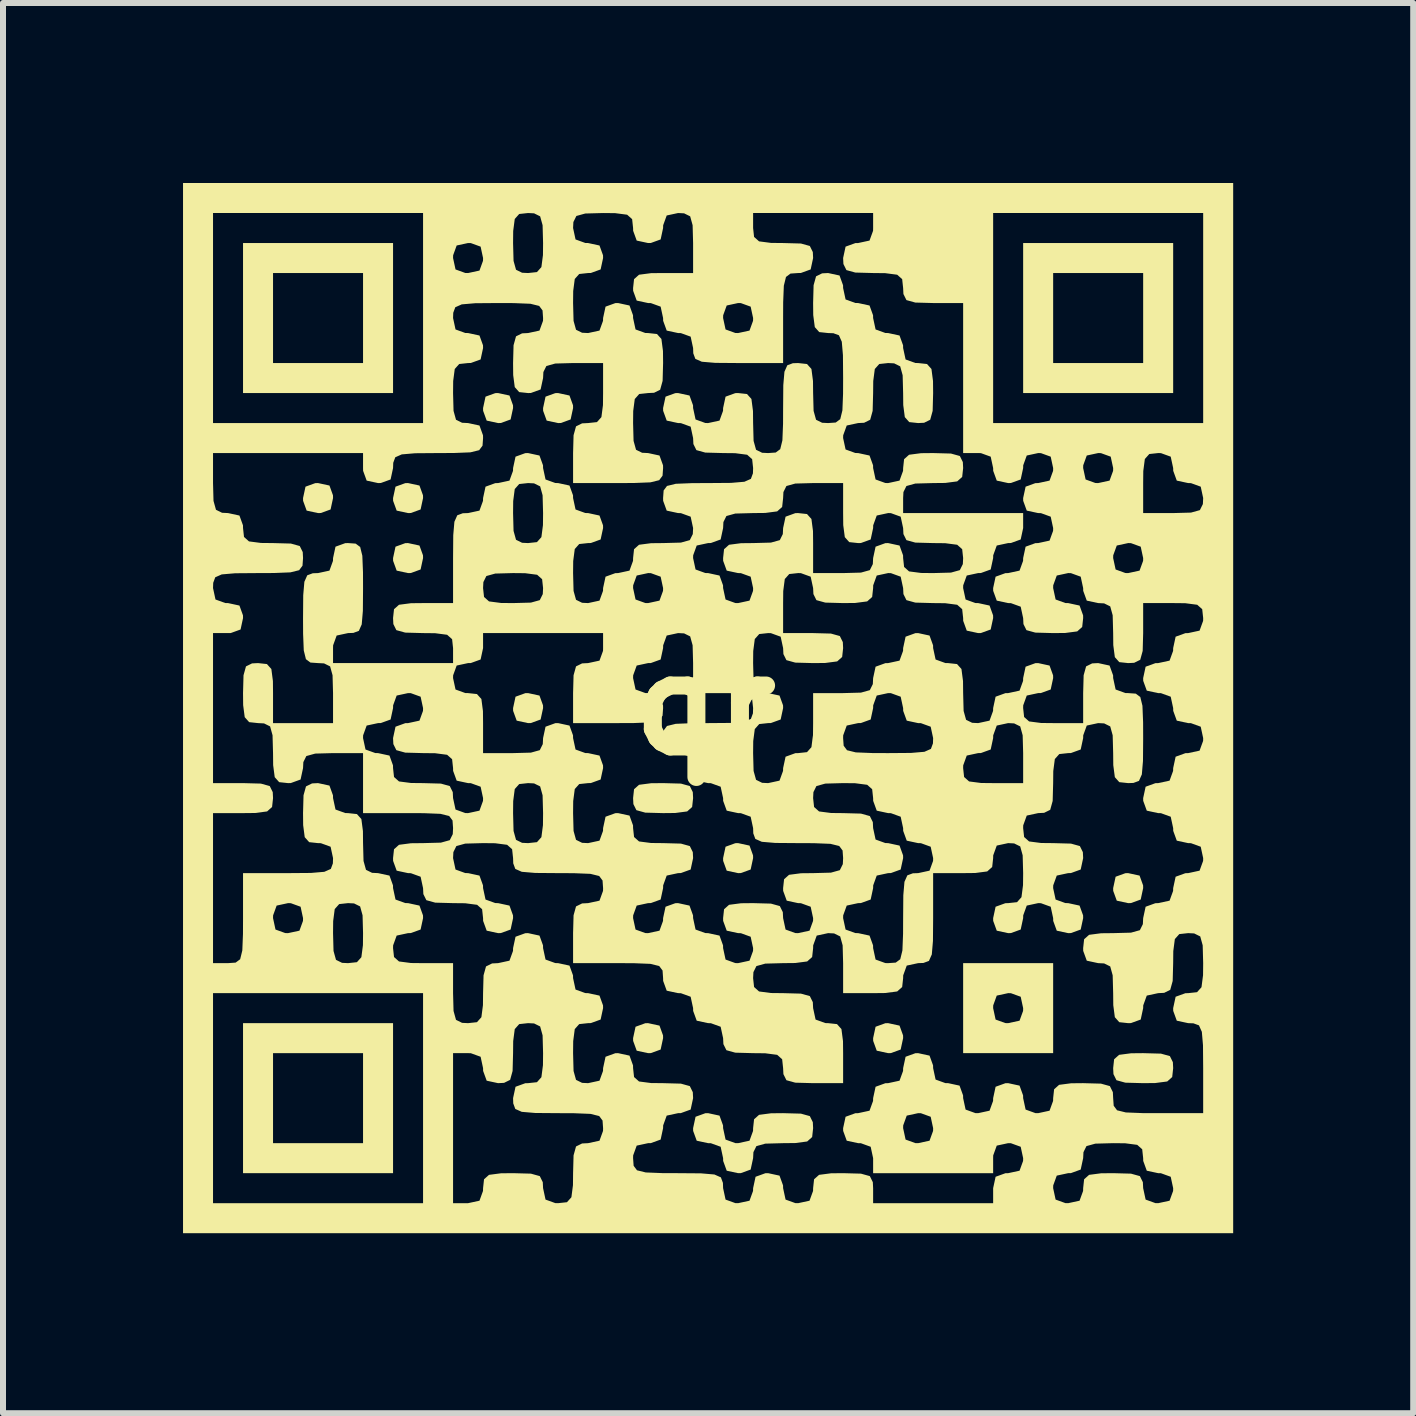
<source format=kicad_pcb>
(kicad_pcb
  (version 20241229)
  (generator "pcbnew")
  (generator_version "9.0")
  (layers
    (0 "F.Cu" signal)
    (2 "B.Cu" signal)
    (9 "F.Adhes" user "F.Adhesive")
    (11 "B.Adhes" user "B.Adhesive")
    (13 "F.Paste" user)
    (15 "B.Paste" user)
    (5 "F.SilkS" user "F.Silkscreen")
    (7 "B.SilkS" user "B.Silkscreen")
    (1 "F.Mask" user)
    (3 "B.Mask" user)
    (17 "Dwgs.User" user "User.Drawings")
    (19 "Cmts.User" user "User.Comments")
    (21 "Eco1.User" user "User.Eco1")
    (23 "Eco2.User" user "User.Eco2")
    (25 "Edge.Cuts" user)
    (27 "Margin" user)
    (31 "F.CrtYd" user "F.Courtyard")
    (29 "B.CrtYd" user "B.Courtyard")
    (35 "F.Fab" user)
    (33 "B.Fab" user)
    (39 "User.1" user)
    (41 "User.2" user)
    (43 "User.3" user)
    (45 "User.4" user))
  (footprint "qr"
    (layer "F.Cu")
    (at 8.7 8.7)
    (property "Reference" "qr" (at 0 0 0) (layer "F.SilkS") (effects (font (size 1.524 1.524) (thickness 0.3))))
    (attr board_only exclude_from_pos_files exclude_from_bom)
    (fp_poly (pts (xy -5.2 -5.2) (xy -7.7 -5.2) (xy -7.7 -5.7) (xy -7.2 -5.7) (xy -5.7 -5.7) (xy -5.7 -7.2) (xy -7.2 -7.2) (xy -7.2 -5.7) (xy -7.7 -5.7) (xy -7.7 -7.7) (xy -5.2 -7.7)) (stroke (width 0) (type solid)) (fill yes) (layer "F.SilkS"))
    (fp_poly (pts (xy -5.2 7.8) (xy -7.7 7.8) (xy -7.7 7.3) (xy -7.2 7.3) (xy -5.7 7.3) (xy -5.7 5.8) (xy -7.2 5.8) (xy -7.2 7.3) (xy -7.7 7.3) (xy -7.7 5.3) (xy -5.2 5.3)) (stroke (width 0) (type solid)) (fill yes) (layer "F.SilkS"))
    (fp_poly (pts (xy 7.8 -5.2) (xy 5.3 -5.2) (xy 5.3 -5.7) (xy 5.8 -5.7) (xy 7.3 -5.7) (xy 7.3 -7.2) (xy 5.8 -7.2) (xy 5.8 -5.7) (xy 5.3 -5.7) (xy 5.3 -7.7) (xy 7.8 -7.7)) (stroke (width 0) (type solid)) (fill yes) (layer "F.SilkS"))
    (fp_poly (pts (xy -6.26 -3.659) (xy -6.201 -3.496) (xy -6.2 -3.45) (xy -6.241 -3.26) (xy -6.404 -3.201) (xy -6.45 -3.2) (xy -6.64 -3.241) (xy -6.699 -3.404) (xy -6.7 -3.45) (xy -6.659 -3.64) (xy -6.496 -3.699) (xy -6.45 -3.7)) (stroke (width 0) (type solid)) (fill yes) (layer "F.SilkS"))
    (fp_poly (pts (xy -4.76 -3.659) (xy -4.701 -3.496) (xy -4.7 -3.45) (xy -4.741 -3.26) (xy -4.904 -3.201) (xy -4.95 -3.2) (xy -5.14 -3.241) (xy -5.199 -3.404) (xy -5.2 -3.45) (xy -5.159 -3.64) (xy -4.996 -3.699) (xy -4.95 -3.7)) (stroke (width 0) (type solid)) (fill yes) (layer "F.SilkS"))
    (fp_poly (pts (xy -4.76 -2.659) (xy -4.701 -2.496) (xy -4.7 -2.45) (xy -4.741 -2.26) (xy -4.904 -2.201) (xy -4.95 -2.2) (xy -5.14 -2.241) (xy -5.199 -2.404) (xy -5.2 -2.45) (xy -5.159 -2.64) (xy -4.996 -2.699) (xy -4.95 -2.7)) (stroke (width 0) (type solid)) (fill yes) (layer "F.SilkS"))
    (fp_poly (pts (xy -3.26 -5.159) (xy -3.201 -4.996) (xy -3.2 -4.95) (xy -3.241 -4.76) (xy -3.404 -4.701) (xy -3.45 -4.7) (xy -3.64 -4.741) (xy -3.699 -4.904) (xy -3.7 -4.95) (xy -3.659 -5.14) (xy -3.496 -5.199) (xy -3.45 -5.2)) (stroke (width 0) (type solid)) (fill yes) (layer "F.SilkS"))
    (fp_poly (pts (xy -2.76 -0.159) (xy -2.701 0.004) (xy -2.7 0.05) (xy -2.741 0.24) (xy -2.904 0.299) (xy -2.95 0.3) (xy -3.14 0.259) (xy -3.199 0.096) (xy -3.2 0.05) (xy -3.159 -0.14) (xy -2.996 -0.199) (xy -2.95 -0.2)) (stroke (width 0) (type solid)) (fill yes) (layer "F.SilkS"))
    (fp_poly (pts (xy -2.26 -5.159) (xy -2.201 -4.996) (xy -2.2 -4.95) (xy -2.241 -4.76) (xy -2.404 -4.701) (xy -2.45 -4.7) (xy -2.64 -4.741) (xy -2.699 -4.904) (xy -2.7 -4.95) (xy -2.659 -5.14) (xy -2.496 -5.199) (xy -2.45 -5.2)) (stroke (width 0) (type solid)) (fill yes) (layer "F.SilkS"))
    (fp_poly (pts (xy -0.76 5.341) (xy -0.701 5.504) (xy -0.7 5.55) (xy -0.741 5.74) (xy -0.904 5.799) (xy -0.95 5.8) (xy -1.14 5.759) (xy -1.199 5.596) (xy -1.2 5.55) (xy -1.159 5.36) (xy -0.996 5.301) (xy -0.95 5.3)) (stroke (width 0) (type solid)) (fill yes) (layer "F.SilkS"))
    (fp_poly (pts (xy 0.74 2.341) (xy 0.799 2.504) (xy 0.8 2.55) (xy 0.759 2.74) (xy 0.596 2.799) (xy 0.55 2.8) (xy 0.36 2.759) (xy 0.301 2.596) (xy 0.3 2.55) (xy 0.341 2.36) (xy 0.504 2.301) (xy 0.55 2.3)) (stroke (width 0) (type solid)) (fill yes) (layer "F.SilkS"))
    (fp_poly (pts (xy 3.24 5.341) (xy 3.299 5.504) (xy 3.3 5.55) (xy 3.259 5.74) (xy 3.096 5.799) (xy 3.05 5.8) (xy 2.86 5.759) (xy 2.801 5.596) (xy 2.8 5.55) (xy 2.841 5.36) (xy 3.004 5.301) (xy 3.05 5.3)) (stroke (width 0) (type solid)) (fill yes) (layer "F.SilkS"))
    (fp_poly (pts (xy 7.24 2.841) (xy 7.299 3.004) (xy 7.3 3.05) (xy 7.259 3.24) (xy 7.096 3.299) (xy 7.05 3.3) (xy 6.86 3.259) (xy 6.801 3.096) (xy 6.8 3.05) (xy 6.841 2.86) (xy 7.004 2.801) (xy 7.05 2.8)) (stroke (width 0) (type solid)) (fill yes) (layer "F.SilkS"))
    (fp_poly (pts (xy -0.403 1.308) (xy -0.255 1.349) (xy -0.205 1.45) (xy -0.2 1.55) (xy -0.216 1.698) (xy -0.299 1.772) (xy -0.499 1.798) (xy -0.7 1.8) (xy -0.997 1.792) (xy -1.145 1.751) (xy -1.195 1.65) (xy -1.2 1.55) (xy -1.184 1.402) (xy -1.101 1.328) (xy -0.901 1.302) (xy -0.7 1.3)) (stroke (width 0) (type solid)) (fill yes) (layer "F.SilkS"))
    (fp_poly (pts (xy 7.597 5.808) (xy 7.745 5.849) (xy 7.795 5.95) (xy 7.8 6.05) (xy 7.784 6.198) (xy 7.701 6.272) (xy 7.501 6.298) (xy 7.3 6.3) (xy 7.003 6.292) (xy 6.855 6.251) (xy 6.805 6.15) (xy 6.8 6.05) (xy 6.816 5.902) (xy 6.899 5.828) (xy 7.099 5.802) (xy 7.3 5.8)) (stroke (width 0) (type solid)) (fill yes) (layer "F.SilkS"))
    (fp_poly (pts (xy 5.8 5.8) (xy 4.3 5.8) (xy 4.3 5.05) (xy 4.8 5.05) (xy 4.841 5.24) (xy 5.004 5.299) (xy 5.05 5.3) (xy 5.24 5.259) (xy 5.299 5.096) (xy 5.3 5.05) (xy 5.259 4.86) (xy 5.096 4.801) (xy 5.05 4.8) (xy 4.86 4.841) (xy 4.801 5.004) (xy 4.8 5.05) (xy 4.3 5.05) (xy 4.3 4.3) (xy 5.8 4.3)) (stroke (width 0) (type solid)) (fill yes) (layer "F.SilkS"))
    (fp_poly (pts (xy 1.597 6.808) (xy 1.745 6.849) (xy 1.795 6.95) (xy 1.8 7.05) (xy 1.784 7.198) (xy 1.701 7.272) (xy 1.501 7.298) (xy 1.3 7.3) (xy 1.003 7.308) (xy 0.855 7.349) (xy 0.805 7.45) (xy 0.8 7.55) (xy 0.759 7.74) (xy 0.596 7.799) (xy 0.55 7.8) (xy 0.36 7.759) (xy 0.301 7.596) (xy 0.3 7.55) (xy 0.259 7.36) (xy 0.096 7.301) (xy 0.05 7.3) (xy -0.14 7.259) (xy -0.199 7.096) (xy -0.2 7.05) (xy -0.159 6.86) (xy 0.004 6.801) (xy 0.05 6.8) (xy 0.24 6.841) (xy 0.299 7.004) (xy 0.3 7.05) (xy 0.341 7.24) (xy 0.504 7.299) (xy 0.55 7.3) (xy 0.74 7.259) (xy 0.799 7.096) (xy 0.8 7.05) (xy 0.816 6.902) (xy 0.899 6.828) (xy 1.099 6.802) (xy 1.3 6.8)) (stroke (width 0) (type solid)) (fill yes) (layer "F.SilkS"))
    (fp_poly (pts (xy 8.8 8.8) (xy -8.7 8.8) (xy -8.7 8.3) (xy -8.2 8.3) (xy -4.7 8.3) (xy -4.2 8.3) (xy -3.95 8.3) (xy -3.76 8.259) (xy -3.701 8.096) (xy -3.7 8.05) (xy -3.684 7.902) (xy -3.601 7.828) (xy -3.401 7.802) (xy -3.2 7.8) (xy -2.903 7.808) (xy -2.755 7.849) (xy -2.705 7.95) (xy -2.7 8.05) (xy -2.659 8.24) (xy -2.496 8.299) (xy -2.45 8.3) (xy -2.302 8.284) (xy -2.228 8.201) (xy -2.202 8.001) (xy -2.2 7.8) (xy -2.192 7.503) (xy -2.151 7.355) (xy -2.05 7.305) (xy -1.95 7.3) (xy -1.76 7.259) (xy -1.701 7.096) (xy -1.7 7.05) (xy -1.709 6.923) (xy -1.765 6.848) (xy -1.911 6.812) (xy -2.187 6.801) (xy -2.45 6.8) (xy -2.831 6.797) (xy -3.055 6.778) (xy -3.163 6.73) (xy -3.197 6.638) (xy -3.2 6.55) (xy -3.159 6.36) (xy -2.996 6.301) (xy -2.95 6.3) (xy -2.802 6.284) (xy -2.728 6.201) (xy -2.702 6.001) (xy -2.7 5.8) (xy -2.708 5.503) (xy -2.749 5.355) (xy -2.85 5.305) (xy -2.95 5.3) (xy -3.098 5.316) (xy -3.172 5.399) (xy -3.198 5.599) (xy -3.2 5.8) (xy -3.208 6.097) (xy -3.249 6.245) (xy -3.35 6.295) (xy -3.45 6.3) (xy -3.64 6.259) (xy -3.699 6.096) (xy -3.7 6.05) (xy -3.741 5.86) (xy -3.904 5.801) (xy -3.95 5.8) (xy -4.2 5.8) (xy -4.2 8.3) (xy -4.7 8.3) (xy -4.7 4.8) (xy -8.2 4.8) (xy -8.2 8.3) (xy -8.7 8.3) (xy -8.7 4.3) (xy -8.2 4.3) (xy -7.95 4.3) (xy -7.823 4.291) (xy -7.748 4.235) (xy -7.712 4.089) (xy -7.701 3.813) (xy -7.7 3.55) (xy -7.2 3.55) (xy -7.159 3.74) (xy -6.996 3.799) (xy -6.95 3.8) (xy -6.2 3.8) (xy -6.192 4.097) (xy -6.151 4.245) (xy -6.05 4.295) (xy -5.95 4.3) (xy -5.802 4.284) (xy -5.728 4.201) (xy -5.702 4.001) (xy -5.7 3.8) (xy -5.708 3.503) (xy -5.749 3.355) (xy -5.85 3.305) (xy -5.95 3.3) (xy -6.098 3.316) (xy -6.172 3.399) (xy -6.198 3.599) (xy -6.2 3.8) (xy -6.95 3.8) (xy -6.76 3.759) (xy -6.701 3.596) (xy -6.7 3.55) (xy -6.741 3.36) (xy -6.904 3.301) (xy -6.95 3.3) (xy -7.14 3.341) (xy -7.199 3.504) (xy -7.2 3.55) (xy -7.7 3.55) (xy -7.7 2.8) (xy -6.95 2.8) (xy -6.569 2.797) (xy -6.345 2.778) (xy -6.237 2.73) (xy -6.203 2.638) (xy -6.2 2.55) (xy -6.241 2.36) (xy -6.404 2.301) (xy -6.45 2.3) (xy -6.598 2.284) (xy -6.672 2.201) (xy -6.698 2.001) (xy -6.7 1.8) (xy -6.692 1.503) (xy -6.651 1.355) (xy -6.55 1.305) (xy -6.45 1.3) (xy -6.26 1.341) (xy -6.201 1.504) (xy -6.2 1.55) (xy -6.159 1.74) (xy -5.996 1.799) (xy -5.95 1.8) (xy -5.802 1.816) (xy -5.728 1.899) (xy -5.702 2.099) (xy -5.7 2.3) (xy -5.692 2.597) (xy -5.651 2.745) (xy -5.55 2.795) (xy -5.45 2.8) (xy -5.26 2.841) (xy -5.201 3.004) (xy -5.2 3.05) (xy -5.159 3.24) (xy -4.996 3.299) (xy -4.95 3.3) (xy -4.76 3.341) (xy -4.701 3.504) (xy -4.7 3.55) (xy -4.741 3.74) (xy -4.904 3.799) (xy -4.95 3.8) (xy -5.14 3.841) (xy -5.199 4.004) (xy -5.2 4.05) (xy -5.184 4.198) (xy -5.101 4.272) (xy -4.901 4.298) (xy -4.7 4.3) (xy -4.2 4.3) (xy -4.2 4.8) (xy -4.192 5.097) (xy -4.151 5.245) (xy -4.05 5.295) (xy -3.95 5.3) (xy -3.802 5.284) (xy -3.728 5.201) (xy -3.702 5.001) (xy -3.7 4.8) (xy -3.692 4.503) (xy -3.651 4.355) (xy -3.55 4.305) (xy -3.45 4.3) (xy -3.26 4.259) (xy -3.201 4.096) (xy -3.2 4.05) (xy -3.159 3.86) (xy -2.996 3.801) (xy -2.95 3.8) (xy -2.76 3.841) (xy -2.701 4.004) (xy -2.7 4.05) (xy -2.659 4.24) (xy -2.496 4.299) (xy -2.45 4.3) (xy -2.26 4.341) (xy -2.201 4.504) (xy -2.2 4.55) (xy -2.159 4.74) (xy -1.996 4.799) (xy -1.95 4.8) (xy -1.76 4.841) (xy -1.701 5.004) (xy -1.7 5.05) (xy -1.741 5.24) (xy -1.904 5.299) (xy -1.95 5.3) (xy -2.098 5.316) (xy -2.172 5.399) (xy -2.198 5.599) (xy -2.2 5.8) (xy -2.192 6.097) (xy -2.151 6.245) (xy -2.05 6.295) (xy -1.95 6.3) (xy -1.76 6.259) (xy -1.701 6.096) (xy -1.7 6.05) (xy -1.659 5.86) (xy -1.496 5.801) (xy -1.45 5.8) (xy -1.26 5.841) (xy -1.201 6.004) (xy -1.2 6.05) (xy -1.184 6.198) (xy -1.101 6.272) (xy -0.901 6.298) (xy -0.7 6.3) (xy -0.403 6.308) (xy -0.255 6.349) (xy -0.205 6.45) (xy -0.2 6.55) (xy -0.241 6.74) (xy -0.404 6.799) (xy -0.45 6.8) (xy -0.64 6.841) (xy -0.699 7.004) (xy -0.7 7.05) (xy -0.741 7.24) (xy -0.904 7.299) (xy -0.95 7.3) (xy -1.14 7.341) (xy -1.199 7.504) (xy -1.2 7.55) (xy -1.191 7.677) (xy -1.135 7.752) (xy -0.989 7.788) (xy -0.713 7.799) (xy -0.45 7.8) (xy -0.069 7.803) (xy 0.155 7.822) (xy 0.263 7.87) (xy 0.297 7.962) (xy 0.3 8.05) (xy 0.341 8.24) (xy 0.504 8.299) (xy 0.55 8.3) (xy 0.74 8.259) (xy 0.799 8.096) (xy 0.8 8.05) (xy 0.841 7.86) (xy 1.004 7.801) (xy 1.05 7.8) (xy 1.24 7.841) (xy 1.299 8.004) (xy 1.3 8.05) (xy 1.341 8.24) (xy 1.504 8.299) (xy 1.55 8.3) (xy 1.74 8.259) (xy 1.799 8.096) (xy 1.8 8.05) (xy 1.816 7.902) (xy 1.899 7.828) (xy 2.099 7.802) (xy 2.3 7.8) (xy 2.597 7.808) (xy 2.745 7.849) (xy 2.795 7.95) (xy 2.8 8.05) (xy 2.8 8.3) (xy 4.8 8.3) (xy 4.8 8.05) (xy 5.8 8.05) (xy 5.841 8.24) (xy 6.004 8.299) (xy 6.05 8.3) (xy 6.24 8.259) (xy 6.299 8.096) (xy 6.3 8.05) (xy 6.316 7.902) (xy 6.399 7.828) (xy 6.599 7.802) (xy 6.8 7.8) (xy 7.097 7.808) (xy 7.245 7.849) (xy 7.295 7.95) (xy 7.3 8.05) (xy 7.341 8.24) (xy 7.504 8.299) (xy 7.55 8.3) (xy 7.74 8.259) (xy 7.799 8.096) (xy 7.8 8.05) (xy 7.759 7.86) (xy 7.596 7.801) (xy 7.55 7.8) (xy 7.36 7.759) (xy 7.301 7.596) (xy 7.3 7.55) (xy 7.284 7.402) (xy 7.201 7.328) (xy 7.001 7.302) (xy 6.8 7.3) (xy 6.503 7.308) (xy 6.355 7.349) (xy 6.305 7.45) (xy 6.3 7.55) (xy 6.259 7.74) (xy 6.096 7.799) (xy 6.05 7.8) (xy 5.86 7.841) (xy 5.801 8.004) (xy 5.8 8.05) (xy 4.8 8.05) (xy 4.841 7.86) (xy 5.004 7.801) (xy 5.05 7.8) (xy 5.24 7.759) (xy 5.299 7.596) (xy 5.3 7.55) (xy 5.259 7.36) (xy 5.096 7.301) (xy 5.05 7.3) (xy 4.86 7.341) (xy 4.801 7.504) (xy 4.8 7.55) (xy 4.8 7.8) (xy 2.8 7.8) (xy 2.8 7.55) (xy 2.759 7.36) (xy 2.596 7.301) (xy 2.55 7.3) (xy 2.36 7.259) (xy 2.301 7.096) (xy 2.3 7.05) (xy 3.3 7.05) (xy 3.341 7.24) (xy 3.504 7.299) (xy 3.55 7.3) (xy 3.74 7.259) (xy 3.799 7.096) (xy 3.8 7.05) (xy 3.759 6.86) (xy 3.596 6.801) (xy 3.55 6.8) (xy 3.36 6.841) (xy 3.301 7.004) (xy 3.3 7.05) (xy 2.3 7.05) (xy 2.341 6.86) (xy 2.504 6.801) (xy 2.55 6.8) (xy 2.74 6.759) (xy 2.799 6.596) (xy 2.8 6.55) (xy 2.841 6.36) (xy 3.004 6.301) (xy 3.05 6.3) (xy 3.24 6.259) (xy 3.299 6.096) (xy 3.3 6.05) (xy 3.341 5.86) (xy 3.504 5.801) (xy 3.55 5.8) (xy 3.74 5.841) (xy 3.799 6.004) (xy 3.8 6.05) (xy 3.841 6.24) (xy 4.004 6.299) (xy 4.05 6.3) (xy 4.24 6.341) (xy 4.299 6.504) (xy 4.3 6.55) (xy 4.341 6.74) (xy 4.504 6.799) (xy 4.55 6.8) (xy 4.74 6.759) (xy 4.799 6.596) (xy 4.8 6.55) (xy 4.841 6.36) (xy 5.004 6.301) (xy 5.05 6.3) (xy 5.24 6.341) (xy 5.299 6.504) (xy 5.3 6.55) (xy 5.341 6.74) (xy 5.504 6.799) (xy 5.55 6.8) (xy 5.74 6.759) (xy 5.799 6.596) (xy 5.8 6.55) (xy 5.816 6.402) (xy 5.899 6.328) (xy 6.099 6.302) (xy 6.3 6.3) (xy 6.597 6.308) (xy 6.745 6.349) (xy 6.795 6.45) (xy 6.8 6.55) (xy 6.809 6.677) (xy 6.865 6.752) (xy 7.011 6.788) (xy 7.287 6.799) (xy 7.55 6.8) (xy 8.3 6.8) (xy 8.3 6.05) (xy 8.297 5.669) (xy 8.278 5.445) (xy 8.23 5.337) (xy 8.138 5.303) (xy 8.05 5.3) (xy 7.86 5.259) (xy 7.801 5.096) (xy 7.8 5.05) (xy 7.841 4.86) (xy 8.004 4.801) (xy 8.05 4.8) (xy 8.198 4.784) (xy 8.272 4.701) (xy 8.298 4.501) (xy 8.3 4.3) (xy 8.292 4.003) (xy 8.251 3.855) (xy 8.15 3.805) (xy 8.05 3.8) (xy 7.902 3.816) (xy 7.828 3.899) (xy 7.802 4.099) (xy 7.8 4.3) (xy 7.792 4.597) (xy 7.751 4.745) (xy 7.65 4.795) (xy 7.55 4.8) (xy 7.36 4.841) (xy 7.301 5.004) (xy 7.3 5.05) (xy 7.259 5.24) (xy 7.096 5.299) (xy 7.05 5.3) (xy 6.902 5.284) (xy 6.828 5.201) (xy 6.802 5.001) (xy 6.8 4.8) (xy 6.792 4.503) (xy 6.751 4.355) (xy 6.65 4.305) (xy 6.55 4.3) (xy 6.36 4.259) (xy 6.301 4.096) (xy 6.3 4.05) (xy 6.316 3.902) (xy 6.399 3.828) (xy 6.599 3.802) (xy 6.8 3.8) (xy 7.097 3.792) (xy 7.245 3.751) (xy 7.295 3.65) (xy 7.3 3.55) (xy 7.341 3.36) (xy 7.504 3.301) (xy 7.55 3.3) (xy 7.74 3.259) (xy 7.799 3.096) (xy 7.8 3.05) (xy 7.841 2.86) (xy 8.004 2.801) (xy 8.05 2.8) (xy 8.24 2.759) (xy 8.299 2.596) (xy 8.3 2.55) (xy 8.259 2.36) (xy 8.096 2.301) (xy 8.05 2.3) (xy 7.86 2.259) (xy 7.801 2.096) (xy 7.8 2.05) (xy 7.759 1.86) (xy 7.596 1.801) (xy 7.55 1.8) (xy 7.36 1.759) (xy 7.301 1.596) (xy 7.3 1.55) (xy 7.341 1.36) (xy 7.504 1.301) (xy 7.55 1.3) (xy 7.74 1.259) (xy 7.799 1.096) (xy 7.8 1.05) (xy 7.841 0.86) (xy 8.004 0.801) (xy 8.05 0.8) (xy 8.24 0.759) (xy 8.299 0.596) (xy 8.3 0.55) (xy 8.259 0.36) (xy 8.096 0.301) (xy 8.05 0.3) (xy 7.86 0.259) (xy 7.801 0.096) (xy 7.8 0.05) (xy 7.759 -0.14) (xy 7.596 -0.199) (xy 7.55 -0.2) (xy 7.36 -0.241) (xy 7.301 -0.404) (xy 7.3 -0.45) (xy 7.341 -0.64) (xy 7.504 -0.699) (xy 7.55 -0.7) (xy 7.74 -0.741) (xy 7.799 -0.904) (xy 7.8 -0.95) (xy 7.841 -1.14) (xy 8.004 -1.199) (xy 8.05 -1.2) (xy 8.24 -1.241) (xy 8.299 -1.404) (xy 8.3 -1.45) (xy 8.284 -1.598) (xy 8.201 -1.672) (xy 8.001 -1.698) (xy 7.8 -1.7) (xy 7.3 -1.7) (xy 7.3 -1.2) (xy 7.292 -0.903) (xy 7.251 -0.755) (xy 7.15 -0.705) (xy 7.05 -0.7) (xy 6.902 -0.716) (xy 6.828 -0.799) (xy 6.802 -0.999) (xy 6.8 -1.2) (xy 6.792 -1.497) (xy 6.751 -1.645) (xy 6.65 -1.695) (xy 6.55 -1.7) (xy 6.36 -1.741) (xy 6.301 -1.904) (xy 6.3 -1.95) (xy 6.259 -2.14) (xy 6.096 -2.199) (xy 6.05 -2.2) (xy 5.86 -2.159) (xy 5.801 -1.996) (xy 5.8 -1.95) (xy 5.841 -1.76) (xy 6.004 -1.701) (xy 6.05 -1.7) (xy 6.24 -1.659) (xy 6.299 -1.496) (xy 6.3 -1.45) (xy 6.284 -1.302) (xy 6.201 -1.228) (xy 6.001 -1.202) (xy 5.8 -1.2) (xy 5.503 -1.208) (xy 5.355 -1.249) (xy 5.305 -1.35) (xy 5.3 -1.45) (xy 5.259 -1.64) (xy 5.096 -1.699) (xy 5.05 -1.7) (xy 4.86 -1.741) (xy 4.801 -1.904) (xy 4.8 -1.95) (xy 4.841 -2.14) (xy 5.004 -2.199) (xy 5.05 -2.2) (xy 5.24 -2.241) (xy 5.299 -2.404) (xy 5.3 -2.45) (xy 6.8 -2.45) (xy 6.841 -2.26) (xy 7.004 -2.201) (xy 7.05 -2.2) (xy 7.24 -2.241) (xy 7.299 -2.404) (xy 7.3 -2.45) (xy 7.259 -2.64) (xy 7.096 -2.699) (xy 7.05 -2.7) (xy 6.86 -2.659) (xy 6.801 -2.496) (xy 6.8 -2.45) (xy 5.3 -2.45) (xy 5.341 -2.64) (xy 5.504 -2.699) (xy 5.55 -2.7) (xy 5.74 -2.741) (xy 5.799 -2.904) (xy 5.8 -2.95) (xy 5.759 -3.14) (xy 5.596 -3.199) (xy 5.55 -3.2) (xy 7.3 -3.2) (xy 7.8 -3.2) (xy 8.097 -3.208) (xy 8.245 -3.249) (xy 8.295 -3.35) (xy 8.3 -3.45) (xy 8.259 -3.64) (xy 8.096 -3.699) (xy 8.05 -3.7) (xy 7.86 -3.741) (xy 7.801 -3.904) (xy 7.8 -3.95) (xy 7.759 -4.14) (xy 7.596 -4.199) (xy 7.55 -4.2) (xy 7.402 -4.184) (xy 7.328 -4.101) (xy 7.302 -3.901) (xy 7.3 -3.7) (xy 7.3 -3.2) (xy 5.55 -3.2) (xy 5.36 -3.241) (xy 5.301 -3.404) (xy 5.3 -3.45) (xy 5.341 -3.64) (xy 5.504 -3.699) (xy 5.55 -3.7) (xy 5.74 -3.741) (xy 5.799 -3.904) (xy 5.8 -3.95) (xy 6.3 -3.95) (xy 6.341 -3.76) (xy 6.504 -3.701) (xy 6.55 -3.7) (xy 6.74 -3.741) (xy 6.799 -3.904) (xy 6.8 -3.95) (xy 6.759 -4.14) (xy 6.596 -4.199) (xy 6.55 -4.2) (xy 6.36 -4.159) (xy 6.301 -3.996) (xy 6.3 -3.95) (xy 5.8 -3.95) (xy 5.759 -4.14) (xy 5.596 -4.199) (xy 5.55 -4.2) (xy 5.36 -4.159) (xy 5.301 -3.996) (xy 5.3 -3.95) (xy 5.259 -3.76) (xy 5.096 -3.701) (xy 5.05 -3.7) (xy 4.86 -3.741) (xy 4.801 -3.904) (xy 4.8 -3.95) (xy 4.759 -4.14) (xy 4.596 -4.199) (xy 4.55 -4.2) (xy 4.3 -4.2) (xy 4.3 -4.7) (xy 4.8 -4.7) (xy 8.3 -4.7) (xy 8.3 -8.2) (xy 4.8 -8.2) (xy 4.8 -4.7) (xy 4.3 -4.7) (xy 4.3 -6.7) (xy 3.8 -6.7) (xy 3.503 -6.708) (xy 3.355 -6.749) (xy 3.305 -6.85) (xy 3.3 -6.95) (xy 3.284 -7.098) (xy 3.201 -7.172) (xy 3.001 -7.198) (xy 2.8 -7.2) (xy 2.503 -7.208) (xy 2.355 -7.249) (xy 2.305 -7.35) (xy 2.3 -7.45) (xy 2.341 -7.64) (xy 2.504 -7.699) (xy 2.55 -7.7) (xy 2.74 -7.741) (xy 2.799 -7.904) (xy 2.8 -7.95) (xy 2.8 -8.2) (xy 0.8 -8.2) (xy 0.8 -7.95) (xy 0.816 -7.802) (xy 0.899 -7.728) (xy 1.099 -7.702) (xy 1.3 -7.7) (xy 1.597 -7.692) (xy 1.745 -7.651) (xy 1.795 -7.55) (xy 1.8 -7.45) (xy 1.759 -7.26) (xy 1.596 -7.201) (xy 1.55 -7.2) (xy 1.423 -7.191) (xy 1.348 -7.135) (xy 1.312 -6.989) (xy 1.301 -6.713) (xy 1.3 -6.45) (xy 1.3 -5.7) (xy 0.55 -5.7) (xy 0.169 -5.703) (xy -0.055 -5.722) (xy -0.163 -5.77) (xy -0.197 -5.862) (xy -0.2 -5.95) (xy -0.241 -6.14) (xy -0.404 -6.199) (xy -0.45 -6.2) (xy -0.64 -6.241) (xy -0.699 -6.404) (xy -0.7 -6.45) (xy 0.3 -6.45) (xy 0.341 -6.26) (xy 0.504 -6.201) (xy 0.55 -6.2) (xy 0.74 -6.241) (xy 0.799 -6.404) (xy 0.8 -6.45) (xy 0.759 -6.64) (xy 0.596 -6.699) (xy 0.55 -6.7) (xy 0.36 -6.659) (xy 0.301 -6.496) (xy 0.3 -6.45) (xy -0.7 -6.45) (xy -0.741 -6.64) (xy -0.904 -6.699) (xy -0.95 -6.7) (xy -1.14 -6.741) (xy -1.199 -6.904) (xy -1.2 -6.95) (xy -1.184 -7.098) (xy -1.101 -7.172) (xy -0.901 -7.198) (xy -0.7 -7.2) (xy -0.2 -7.2) (xy -0.2 -7.7) (xy -0.208 -7.997) (xy -0.249 -8.145) (xy -0.35 -8.195) (xy -0.45 -8.2) (xy -0.64 -8.159) (xy -0.699 -7.996) (xy -0.7 -7.95) (xy -0.741 -7.76) (xy -0.904 -7.701) (xy -0.95 -7.7) (xy -1.14 -7.741) (xy -1.199 -7.904) (xy -1.2 -7.95) (xy -1.216 -8.098) (xy -1.299 -8.172) (xy -1.499 -8.198) (xy -1.7 -8.2) (xy -1.997 -8.192) (xy -2.145 -8.151) (xy -2.195 -8.05) (xy -2.2 -7.95) (xy -2.159 -7.76) (xy -1.996 -7.701) (xy -1.95 -7.7) (xy -1.76 -7.659) (xy -1.701 -7.496) (xy -1.7 -7.45) (xy -1.741 -7.26) (xy -1.904 -7.201) (xy -1.95 -7.2) (xy -2.098 -7.184) (xy -2.172 -7.101) (xy -2.198 -6.901) (xy -2.2 -6.7) (xy -2.192 -6.403) (xy -2.151 -6.255) (xy -2.05 -6.205) (xy -1.95 -6.2) (xy -1.76 -6.241) (xy -1.701 -6.404) (xy -1.7 -6.45) (xy -1.659 -6.64) (xy -1.496 -6.699) (xy -1.45 -6.7) (xy -1.26 -6.659) (xy -1.201 -6.496) (xy -1.2 -6.45) (xy -1.159 -6.26) (xy -0.996 -6.201) (xy -0.95 -6.2) (xy -0.802 -6.184) (xy -0.728 -6.101) (xy -0.702 -5.901) (xy -0.7 -5.7) (xy -0.708 -5.403) (xy -0.749 -5.255) (xy -0.85 -5.205) (xy -0.95 -5.2) (xy -1.098 -5.184) (xy -1.172 -5.101) (xy -1.198 -4.901) (xy -1.2 -4.7) (xy -1.192 -4.403) (xy -1.151 -4.255) (xy -1.05 -4.205) (xy -0.95 -4.2) (xy -0.76 -4.159) (xy -0.701 -3.996) (xy -0.7 -3.95) (xy -0.709 -3.823) (xy -0.765 -3.748) (xy -0.911 -3.712) (xy -1.187 -3.701) (xy -1.45 -3.7) (xy -2.2 -3.7) (xy -2.2 -4.2) (xy -2.192 -4.497) (xy -2.151 -4.645) (xy -2.05 -4.695) (xy -1.95 -4.7) (xy -1.802 -4.716) (xy -1.728 -4.799) (xy -1.702 -4.999) (xy -1.7 -5.2) (xy -1.7 -5.7) (xy -2.2 -5.7) (xy -2.497 -5.692) (xy -2.645 -5.651) (xy -2.695 -5.55) (xy -2.7 -5.45) (xy -2.741 -5.26) (xy -2.904 -5.201) (xy -2.95 -5.2) (xy -3.098 -5.216) (xy -3.172 -5.299) (xy -3.198 -5.499) (xy -3.2 -5.7) (xy -3.192 -5.997) (xy -3.151 -6.145) (xy -3.05 -6.195) (xy -2.95 -6.2) (xy -2.76 -6.241) (xy -2.701 -6.404) (xy -2.7 -6.45) (xy -2.709 -6.577) (xy -2.765 -6.652) (xy -2.911 -6.688) (xy -3.187 -6.699) (xy -3.45 -6.7) (xy -3.831 -6.697) (xy -4.055 -6.678) (xy -4.163 -6.63) (xy -4.197 -6.538) (xy -4.2 -6.45) (xy -4.159 -6.26) (xy -3.996 -6.201) (xy -3.95 -6.2) (xy -3.76 -6.159) (xy -3.701 -5.996) (xy -3.7 -5.95) (xy -3.741 -5.76) (xy -3.904 -5.701) (xy -3.95 -5.7) (xy -4.098 -5.684) (xy -4.172 -5.601) (xy -4.198 -5.401) (xy -4.2 -5.2) (xy -4.192 -4.903) (xy -4.151 -4.755) (xy -4.05 -4.705) (xy -3.95 -4.7) (xy -3.76 -4.659) (xy -3.701 -4.496) (xy -3.7 -4.45) (xy -3.709 -4.323) (xy -3.765 -4.248) (xy -3.911 -4.212) (xy -4.187 -4.201) (xy -4.45 -4.2) (xy -4.831 -4.197) (xy -5.055 -4.178) (xy -5.163 -4.13) (xy -5.197 -4.038) (xy -5.2 -3.95) (xy -5.241 -3.76) (xy -5.404 -3.701) (xy -5.45 -3.7) (xy -5.64 -3.741) (xy -5.699 -3.904) (xy -5.7 -3.95) (xy -5.7 -4.2) (xy -8.2 -4.2) (xy -8.2 -3.7) (xy -8.192 -3.403) (xy -8.151 -3.255) (xy -8.05 -3.205) (xy -7.95 -3.2) (xy -7.76 -3.159) (xy -7.701 -2.996) (xy -7.7 -2.95) (xy -7.684 -2.802) (xy -7.601 -2.728) (xy -7.401 -2.702) (xy -7.2 -2.7) (xy -6.903 -2.692) (xy -6.755 -2.651) (xy -6.705 -2.55) (xy -6.7 -2.45) (xy -6.709 -2.323) (xy -6.765 -2.248) (xy -6.911 -2.212) (xy -7.187 -2.201) (xy -7.45 -2.2) (xy -7.831 -2.197) (xy -8.055 -2.178) (xy -8.163 -2.13) (xy -8.197 -2.038) (xy -8.2 -1.95) (xy -8.159 -1.76) (xy -7.996 -1.701) (xy -7.95 -1.7) (xy -7.76 -1.659) (xy -7.701 -1.496) (xy -7.7 -1.45) (xy -7.741 -1.26) (xy -7.904 -1.201) (xy -7.95 -1.2) (xy -8.2 -1.2) (xy -8.2 1.3) (xy -7.7 1.3) (xy -7.403 1.308) (xy -7.255 1.349) (xy -7.205 1.45) (xy -7.2 1.55) (xy -7.216 1.698) (xy -7.299 1.772) (xy -7.499 1.798) (xy -7.7 1.8) (xy -8.2 1.8) (xy -8.2 4.3) (xy -8.7 4.3) (xy -8.7 -4.7) (xy -8.2 -4.7) (xy -4.7 -4.7) (xy -4.7 -7.45) (xy -4.2 -7.45) (xy -4.159 -7.26) (xy -3.996 -7.201) (xy -3.95 -7.2) (xy -3.76 -7.241) (xy -3.701 -7.404) (xy -3.7 -7.45) (xy -3.741 -7.64) (xy -3.904 -7.699) (xy -3.95 -7.7) (xy -3.2 -7.7) (xy -3.192 -7.403) (xy -3.151 -7.255) (xy -3.05 -7.205) (xy -2.95 -7.2) (xy -2.802 -7.216) (xy -2.728 -7.299) (xy -2.702 -7.499) (xy -2.7 -7.7) (xy -2.708 -7.997) (xy -2.749 -8.145) (xy -2.85 -8.195) (xy -2.95 -8.2) (xy -3.098 -8.184) (xy -3.172 -8.101) (xy -3.198 -7.901) (xy -3.2 -7.7) (xy -3.95 -7.7) (xy -4.14 -7.659) (xy -4.199 -7.496) (xy -4.2 -7.45) (xy -4.7 -7.45) (xy -4.7 -8.2) (xy -8.2 -8.2) (xy -8.2 -4.7) (xy -8.7 -4.7) (xy -8.7 -8.7) (xy 8.8 -8.7)) (stroke (width 0) (type solid)) (fill yes) (layer "F.SilkS"))
    (fp_poly (pts (xy 2.24 -7.159) (xy 2.299 -6.996) (xy 2.3 -6.95) (xy 2.341 -6.76) (xy 2.504 -6.701) (xy 2.55 -6.7) (xy 2.74 -6.659) (xy 2.799 -6.496) (xy 2.8 -6.45) (xy 2.841 -6.26) (xy 3.004 -6.201) (xy 3.05 -6.2) (xy 3.24 -6.159) (xy 3.299 -5.996) (xy 3.3 -5.95) (xy 3.341 -5.76) (xy 3.504 -5.701) (xy 3.55 -5.7) (xy 3.698 -5.684) (xy 3.772 -5.601) (xy 3.798 -5.401) (xy 3.8 -5.2) (xy 3.792 -4.903) (xy 3.751 -4.755) (xy 3.65 -4.705) (xy 3.55 -4.7) (xy 3.402 -4.716) (xy 3.328 -4.799) (xy 3.302 -4.999) (xy 3.3 -5.2) (xy 3.292 -5.497) (xy 3.251 -5.645) (xy 3.15 -5.695) (xy 3.05 -5.7) (xy 2.902 -5.684) (xy 2.828 -5.601) (xy 2.802 -5.401) (xy 2.8 -5.2) (xy 2.792 -4.903) (xy 2.751 -4.755) (xy 2.65 -4.705) (xy 2.55 -4.7) (xy 2.36 -4.659) (xy 2.301 -4.496) (xy 2.3 -4.45) (xy 2.341 -4.26) (xy 2.504 -4.201) (xy 2.55 -4.2) (xy 2.74 -4.159) (xy 2.799 -3.996) (xy 2.8 -3.95) (xy 2.841 -3.76) (xy 3.004 -3.701) (xy 3.05 -3.7) (xy 3.24 -3.741) (xy 3.299 -3.904) (xy 3.3 -3.95) (xy 3.316 -4.098) (xy 3.399 -4.172) (xy 3.599 -4.198) (xy 3.8 -4.2) (xy 4.097 -4.192) (xy 4.245 -4.151) (xy 4.295 -4.05) (xy 4.3 -3.95) (xy 4.284 -3.802) (xy 4.201 -3.728) (xy 4.001 -3.702) (xy 3.8 -3.7) (xy 3.503 -3.692) (xy 3.355 -3.651) (xy 3.305 -3.55) (xy 3.3 -3.45) (xy 3.3 -3.2) (xy 5.3 -3.2) (xy 5.3 -2.95) (xy 5.259 -2.76) (xy 5.096 -2.701) (xy 5.05 -2.7) (xy 4.86 -2.659) (xy 4.801 -2.496) (xy 4.8 -2.45) (xy 4.759 -2.26) (xy 4.596 -2.201) (xy 4.55 -2.2) (xy 4.36 -2.159) (xy 4.301 -1.996) (xy 4.3 -1.95) (xy 4.341 -1.76) (xy 4.504 -1.701) (xy 4.55 -1.7) (xy 4.74 -1.659) (xy 4.799 -1.496) (xy 4.8 -1.45) (xy 4.759 -1.26) (xy 4.596 -1.201) (xy 4.55 -1.2) (xy 4.36 -1.241) (xy 4.301 -1.404) (xy 4.3 -1.45) (xy 4.284 -1.598) (xy 4.201 -1.672) (xy 4.001 -1.698) (xy 3.8 -1.7) (xy 3.503 -1.708) (xy 3.355 -1.749) (xy 3.305 -1.85) (xy 3.3 -1.95) (xy 3.259 -2.14) (xy 3.096 -2.199) (xy 3.05 -2.2) (xy 2.86 -2.159) (xy 2.801 -1.996) (xy 2.8 -1.95) (xy 2.784 -1.802) (xy 2.701 -1.728) (xy 2.501 -1.702) (xy 2.3 -1.7) (xy 2.003 -1.708) (xy 1.855 -1.749) (xy 1.805 -1.85) (xy 1.8 -1.95) (xy 1.759 -2.14) (xy 1.596 -2.199) (xy 1.55 -2.2) (xy 1.402 -2.184) (xy 1.328 -2.101) (xy 1.302 -1.901) (xy 1.3 -1.7) (xy 1.3 -1.2) (xy 1.8 -1.2) (xy 2.097 -1.192) (xy 2.245 -1.151) (xy 2.295 -1.05) (xy 2.3 -0.95) (xy 2.284 -0.802) (xy 2.201 -0.728) (xy 2.001 -0.702) (xy 1.8 -0.7) (xy 1.503 -0.708) (xy 1.355 -0.749) (xy 1.305 -0.85) (xy 1.3 -0.95) (xy 1.259 -1.14) (xy 1.096 -1.199) (xy 1.05 -1.2) (xy 0.902 -1.184) (xy 0.828 -1.101) (xy 0.802 -0.901) (xy 0.8 -0.7) (xy 0.808 -0.403) (xy 0.849 -0.255) (xy 0.95 -0.205) (xy 1.05 -0.2) (xy 1.24 -0.159) (xy 1.299 0.004) (xy 1.3 0.05) (xy 1.259 0.24) (xy 1.096 0.299) (xy 1.05 0.3) (xy 0.902 0.316) (xy 0.828 0.399) (xy 0.802 0.599) (xy 0.8 0.8) (xy 0.808 1.097) (xy 0.849 1.245) (xy 0.95 1.295) (xy 1.05 1.3) (xy 1.24 1.259) (xy 1.299 1.096) (xy 1.3 1.05) (xy 4.3 1.05) (xy 4.316 1.198) (xy 4.399 1.272) (xy 4.599 1.298) (xy 4.8 1.3) (xy 5.3 1.3) (xy 5.3 0.8) (xy 5.292 0.503) (xy 5.251 0.355) (xy 5.15 0.305) (xy 5.05 0.3) (xy 4.86 0.341) (xy 4.801 0.504) (xy 4.8 0.55) (xy 4.759 0.74) (xy 4.596 0.799) (xy 4.55 0.8) (xy 4.36 0.841) (xy 4.301 1.004) (xy 4.3 1.05) (xy 1.3 1.05) (xy 1.341 0.86) (xy 1.504 0.801) (xy 1.55 0.8) (xy 1.698 0.784) (xy 1.772 0.701) (xy 1.791 0.55) (xy 2.3 0.55) (xy 2.309 0.677) (xy 2.365 0.752) (xy 2.511 0.788) (xy 2.787 0.799) (xy 3.05 0.8) (xy 3.431 0.797) (xy 3.655 0.778) (xy 3.763 0.73) (xy 3.797 0.638) (xy 3.8 0.55) (xy 3.759 0.36) (xy 3.596 0.301) (xy 3.55 0.3) (xy 3.36 0.259) (xy 3.301 0.096) (xy 3.3 0.05) (xy 3.259 -0.14) (xy 3.096 -0.199) (xy 3.05 -0.2) (xy 2.86 -0.159) (xy 2.801 0.004) (xy 2.8 0.05) (xy 2.759 0.24) (xy 2.596 0.299) (xy 2.55 0.3) (xy 2.36 0.341) (xy 2.301 0.504) (xy 2.3 0.55) (xy 1.791 0.55) (xy 1.798 0.501) (xy 1.8 0.3) (xy 1.8 -0.2) (xy 2.3 -0.2) (xy 2.597 -0.208) (xy 2.745 -0.249) (xy 2.795 -0.35) (xy 2.8 -0.45) (xy 2.841 -0.64) (xy 3.004 -0.699) (xy 3.05 -0.7) (xy 3.24 -0.741) (xy 3.299 -0.904) (xy 3.3 -0.95) (xy 3.341 -1.14) (xy 3.504 -1.199) (xy 3.55 -1.2) (xy 3.74 -1.159) (xy 3.799 -0.996) (xy 3.8 -0.95) (xy 3.841 -0.76) (xy 4.004 -0.701) (xy 4.05 -0.7) (xy 4.198 -0.684) (xy 4.272 -0.601) (xy 4.298 -0.401) (xy 4.3 -0.2) (xy 4.308 0.097) (xy 4.349 0.245) (xy 4.45 0.295) (xy 4.55 0.3) (xy 4.74 0.259) (xy 4.799 0.096) (xy 4.8 0.05) (xy 4.841 -0.14) (xy 5.004 -0.199) (xy 5.05 -0.2) (xy 5.24 -0.241) (xy 5.299 -0.404) (xy 5.3 -0.45) (xy 5.341 -0.64) (xy 5.504 -0.699) (xy 5.55 -0.7) (xy 5.74 -0.659) (xy 5.799 -0.496) (xy 5.8 -0.45) (xy 5.759 -0.26) (xy 5.596 -0.201) (xy 5.55 -0.2) (xy 5.36 -0.159) (xy 5.301 0.004) (xy 5.3 0.05) (xy 5.316 0.198) (xy 5.399 0.272) (xy 5.599 0.298) (xy 5.8 0.3) (xy 6.3 0.3) (xy 6.3 -0.2) (xy 6.308 -0.497) (xy 6.349 -0.645) (xy 6.45 -0.695) (xy 6.55 -0.7) (xy 6.74 -0.659) (xy 6.799 -0.496) (xy 6.8 -0.45) (xy 6.841 -0.26) (xy 7.004 -0.201) (xy 7.05 -0.2) (xy 7.177 -0.191) (xy 7.252 -0.135) (xy 7.288 0.011) (xy 7.299 0.287) (xy 7.3 0.55) (xy 7.297 0.931) (xy 7.278 1.155) (xy 7.23 1.263) (xy 7.138 1.297) (xy 7.05 1.3) (xy 6.902 1.284) (xy 6.828 1.201) (xy 6.802 1.001) (xy 6.8 0.8) (xy 6.792 0.503) (xy 6.751 0.355) (xy 6.65 0.305) (xy 6.55 0.3) (xy 6.36 0.341) (xy 6.301 0.504) (xy 6.3 0.55) (xy 6.259 0.74) (xy 6.096 0.799) (xy 6.05 0.8) (xy 5.902 0.816) (xy 5.828 0.899) (xy 5.802 1.099) (xy 5.8 1.3) (xy 5.792 1.597) (xy 5.751 1.745) (xy 5.65 1.795) (xy 5.55 1.8) (xy 5.36 1.841) (xy 5.301 2.004) (xy 5.3 2.05) (xy 5.316 2.198) (xy 5.399 2.272) (xy 5.599 2.298) (xy 5.8 2.3) (xy 6.097 2.308) (xy 6.245 2.349) (xy 6.295 2.45) (xy 6.3 2.55) (xy 6.259 2.74) (xy 6.096 2.799) (xy 6.05 2.8) (xy 5.86 2.841) (xy 5.801 3.004) (xy 5.8 3.05) (xy 5.841 3.24) (xy 6.004 3.299) (xy 6.05 3.3) (xy 6.24 3.341) (xy 6.299 3.504) (xy 6.3 3.55) (xy 6.259 3.74) (xy 6.096 3.799) (xy 6.05 3.8) (xy 5.86 3.759) (xy 5.801 3.596) (xy 5.8 3.55) (xy 5.759 3.36) (xy 5.596 3.301) (xy 5.55 3.3) (xy 5.36 3.341) (xy 5.301 3.504) (xy 5.3 3.55) (xy 5.259 3.74) (xy 5.096 3.799) (xy 5.05 3.8) (xy 4.86 3.759) (xy 4.801 3.596) (xy 4.8 3.55) (xy 4.841 3.36) (xy 5.004 3.301) (xy 5.05 3.3) (xy 5.198 3.284) (xy 5.272 3.201) (xy 5.298 3.001) (xy 5.3 2.8) (xy 5.292 2.503) (xy 5.251 2.355) (xy 5.15 2.305) (xy 5.05 2.3) (xy 4.86 2.341) (xy 4.801 2.504) (xy 4.8 2.55) (xy 4.784 2.698) (xy 4.701 2.772) (xy 4.501 2.798) (xy 4.3 2.8) (xy 3.8 2.8) (xy 3.8 3.55) (xy 3.797 3.931) (xy 3.778 4.155) (xy 3.73 4.263) (xy 3.638 4.297) (xy 3.55 4.3) (xy 3.36 4.341) (xy 3.301 4.504) (xy 3.3 4.55) (xy 3.284 4.698) (xy 3.201 4.772) (xy 3.001 4.798) (xy 2.8 4.8) (xy 2.3 4.8) (xy 2.3 4.3) (xy 2.292 4.003) (xy 2.251 3.855) (xy 2.15 3.805) (xy 2.05 3.8) (xy 1.86 3.841) (xy 1.801 4.004) (xy 1.8 4.05) (xy 1.784 4.198) (xy 1.701 4.272) (xy 1.501 4.298) (xy 1.3 4.3) (xy 1.003 4.308) (xy 0.855 4.349) (xy 0.805 4.45) (xy 0.8 4.55) (xy 0.816 4.698) (xy 0.899 4.772) (xy 1.099 4.798) (xy 1.3 4.8) (xy 1.597 4.808) (xy 1.745 4.849) (xy 1.795 4.95) (xy 1.8 5.05) (xy 1.841 5.24) (xy 2.004 5.299) (xy 2.05 5.3) (xy 2.198 5.316) (xy 2.272 5.399) (xy 2.298 5.599) (xy 2.3 5.8) (xy 2.3 6.3) (xy 1.8 6.3) (xy 1.503 6.292) (xy 1.355 6.251) (xy 1.305 6.15) (xy 1.3 6.05) (xy 1.284 5.902) (xy 1.201 5.828) (xy 1.001 5.802) (xy 0.8 5.8) (xy 0.503 5.792) (xy 0.355 5.751) (xy 0.305 5.65) (xy 0.3 5.55) (xy 0.259 5.36) (xy 0.096 5.301) (xy 0.05 5.3) (xy -0.14 5.259) (xy -0.199 5.096) (xy -0.2 5.05) (xy -0.241 4.86) (xy -0.404 4.801) (xy -0.45 4.8) (xy -0.64 4.759) (xy -0.699 4.596) (xy -0.7 4.55) (xy -0.709 4.423) (xy -0.765 4.348) (xy -0.911 4.312) (xy -1.187 4.301) (xy -1.45 4.3) (xy -2.2 4.3) (xy -2.2 3.8) (xy -2.192 3.503) (xy -2.151 3.355) (xy -2.05 3.305) (xy -1.95 3.3) (xy -1.76 3.259) (xy -1.701 3.096) (xy -1.7 3.05) (xy -1.709 2.923) (xy -1.765 2.848) (xy -1.911 2.812) (xy -2.187 2.801) (xy -2.45 2.8) (xy -2.831 2.797) (xy -3.055 2.778) (xy -3.163 2.73) (xy -3.197 2.638) (xy -3.2 2.55) (xy -3.216 2.402) (xy -3.299 2.328) (xy -3.499 2.302) (xy -3.7 2.3) (xy -3.997 2.308) (xy -4.145 2.349) (xy -4.195 2.45) (xy -4.2 2.55) (xy -4.159 2.74) (xy -3.996 2.799) (xy -3.95 2.8) (xy -3.76 2.841) (xy -3.701 3.004) (xy -3.7 3.05) (xy -3.659 3.24) (xy -3.496 3.299) (xy -3.45 3.3) (xy -3.26 3.341) (xy -3.201 3.504) (xy -3.2 3.55) (xy -3.241 3.74) (xy -3.404 3.799) (xy -3.45 3.8) (xy -3.64 3.759) (xy -3.699 3.596) (xy -3.7 3.55) (xy -3.716 3.402) (xy -3.799 3.328) (xy -3.999 3.302) (xy -4.2 3.3) (xy -4.497 3.292) (xy -4.645 3.251) (xy -4.695 3.15) (xy -4.7 3.05) (xy -4.741 2.86) (xy -4.904 2.801) (xy -4.95 2.8) (xy -5.14 2.759) (xy -5.199 2.596) (xy -5.2 2.55) (xy -5.184 2.402) (xy -5.101 2.328) (xy -4.901 2.302) (xy -4.7 2.3) (xy -4.403 2.292) (xy -4.255 2.251) (xy -4.205 2.15) (xy -4.2 2.05) (xy -4.209 1.923) (xy -4.265 1.848) (xy -4.411 1.812) (xy -4.687 1.801) (xy -4.95 1.8) (xy -5.7 1.8) (xy -5.7 0.8) (xy -6.2 0.8) (xy -6.497 0.808) (xy -6.645 0.849) (xy -6.695 0.95) (xy -6.7 1.05) (xy -6.741 1.24) (xy -6.904 1.299) (xy -6.95 1.3) (xy -7.098 1.284) (xy -7.172 1.201) (xy -7.198 1.001) (xy -7.2 0.8) (xy -7.207 0.55) (xy -5.7 0.55) (xy -5.659 0.74) (xy -5.496 0.799) (xy -5.45 0.8) (xy -5.26 0.841) (xy -5.201 1.004) (xy -5.2 1.05) (xy -5.184 1.198) (xy -5.101 1.272) (xy -4.901 1.298) (xy -4.7 1.3) (xy -4.403 1.308) (xy -4.255 1.349) (xy -4.205 1.45) (xy -4.2 1.55) (xy -4.159 1.74) (xy -3.996 1.799) (xy -3.95 1.8) (xy -3.2 1.8) (xy -3.192 2.097) (xy -3.151 2.245) (xy -3.05 2.295) (xy -2.95 2.3) (xy -2.802 2.284) (xy -2.728 2.201) (xy -2.702 2.001) (xy -2.7 1.8) (xy -2.708 1.503) (xy -2.749 1.355) (xy -2.85 1.305) (xy -2.95 1.3) (xy -3.098 1.316) (xy -3.172 1.399) (xy -3.198 1.599) (xy -3.2 1.8) (xy -3.95 1.8) (xy -3.76 1.759) (xy -3.701 1.596) (xy -3.7 1.55) (xy -3.741 1.36) (xy -3.904 1.301) (xy -3.95 1.3) (xy -4.14 1.259) (xy -4.199 1.096) (xy -4.2 1.05) (xy -4.216 0.902) (xy -4.299 0.828) (xy -4.499 0.802) (xy -4.7 0.8) (xy -4.997 0.792) (xy -5.145 0.751) (xy -5.195 0.65) (xy -5.2 0.55) (xy -5.159 0.36) (xy -4.996 0.301) (xy -4.95 0.3) (xy -4.76 0.259) (xy -4.701 0.096) (xy -4.7 0.05) (xy -4.741 -0.14) (xy -4.904 -0.199) (xy -4.95 -0.2) (xy -5.14 -0.159) (xy -5.199 0.004) (xy -5.2 0.05) (xy -5.241 0.24) (xy -5.404 0.299) (xy -5.45 0.3) (xy -5.64 0.341) (xy -5.699 0.504) (xy -5.7 0.55) (xy -7.207 0.55) (xy -7.208 0.503) (xy -7.249 0.355) (xy -7.35 0.305) (xy -7.45 0.3) (xy -7.598 0.284) (xy -7.672 0.201) (xy -7.698 0.001) (xy -7.7 -0.2) (xy -7.692 -0.497) (xy -7.651 -0.645) (xy -7.55 -0.695) (xy -7.45 -0.7) (xy -7.302 -0.684) (xy -7.228 -0.601) (xy -7.202 -0.401) (xy -7.2 -0.2) (xy -7.2 0.3) (xy -6.2 0.3) (xy -6.2 -0.2) (xy -6.207 -0.45) (xy -4.2 -0.45) (xy -4.159 -0.26) (xy -3.996 -0.201) (xy -3.95 -0.2) (xy -3.802 -0.184) (xy -3.728 -0.101) (xy -3.702 0.099) (xy -3.7 0.3) (xy -3.7 0.8) (xy -3.2 0.8) (xy -2.903 0.792) (xy -2.755 0.751) (xy -2.705 0.65) (xy -2.7 0.55) (xy -2.659 0.36) (xy -2.496 0.301) (xy -2.45 0.3) (xy -2.26 0.341) (xy -2.201 0.504) (xy -2.2 0.55) (xy -2.159 0.74) (xy -1.996 0.799) (xy -1.95 0.8) (xy -1.76 0.841) (xy -1.701 1.004) (xy -1.7 1.05) (xy -1.741 1.24) (xy -1.904 1.299) (xy -1.95 1.3) (xy -2.098 1.316) (xy -2.172 1.399) (xy -2.198 1.599) (xy -2.2 1.8) (xy -2.192 2.097) (xy -2.151 2.245) (xy -2.05 2.295) (xy -1.95 2.3) (xy -1.76 2.259) (xy -1.701 2.096) (xy -1.7 2.05) (xy -1.659 1.86) (xy -1.496 1.801) (xy -1.45 1.8) (xy -1.26 1.841) (xy -1.201 2.004) (xy -1.2 2.05) (xy -1.184 2.198) (xy -1.101 2.272) (xy -0.901 2.298) (xy -0.7 2.3) (xy -0.403 2.308) (xy -0.255 2.349) (xy -0.205 2.45) (xy -0.2 2.55) (xy -0.241 2.74) (xy -0.404 2.799) (xy -0.45 2.8) (xy -0.64 2.841) (xy -0.699 3.004) (xy -0.7 3.05) (xy -0.741 3.24) (xy -0.904 3.299) (xy -0.95 3.3) (xy -1.14 3.341) (xy -1.199 3.504) (xy -1.2 3.55) (xy -1.159 3.74) (xy -0.996 3.799) (xy -0.95 3.8) (xy -0.76 3.759) (xy -0.701 3.596) (xy -0.7 3.55) (xy -0.659 3.36) (xy -0.496 3.301) (xy -0.45 3.3) (xy -0.26 3.341) (xy -0.201 3.504) (xy -0.2 3.55) (xy -0.159 3.74) (xy 0.004 3.799) (xy 0.05 3.8) (xy 0.24 3.841) (xy 0.299 4.004) (xy 0.3 4.05) (xy 0.341 4.24) (xy 0.504 4.299) (xy 0.55 4.3) (xy 0.74 4.259) (xy 0.799 4.096) (xy 0.8 4.05) (xy 0.759 3.86) (xy 0.596 3.801) (xy 0.55 3.8) (xy 0.36 3.759) (xy 0.301 3.596) (xy 0.3 3.55) (xy 0.316 3.402) (xy 0.399 3.328) (xy 0.599 3.302) (xy 0.8 3.3) (xy 1.097 3.308) (xy 1.245 3.349) (xy 1.295 3.45) (xy 1.3 3.55) (xy 1.341 3.74) (xy 1.504 3.799) (xy 1.55 3.8) (xy 1.74 3.759) (xy 1.799 3.596) (xy 1.8 3.55) (xy 1.759 3.36) (xy 1.596 3.301) (xy 1.55 3.3) (xy 1.36 3.259) (xy 1.301 3.096) (xy 1.3 3.05) (xy 1.316 2.902) (xy 1.399 2.828) (xy 1.599 2.802) (xy 1.8 2.8) (xy 2.097 2.792) (xy 2.245 2.751) (xy 2.295 2.65) (xy 2.3 2.55) (xy 2.291 2.423) (xy 2.235 2.348) (xy 2.089 2.312) (xy 1.813 2.301) (xy 1.55 2.3) (xy 1.169 2.297) (xy 0.945 2.278) (xy 0.837 2.23) (xy 0.803 2.138) (xy 0.8 2.05) (xy 0.759 1.86) (xy 0.596 1.801) (xy 0.55 1.8) (xy 0.36 1.759) (xy 0.301 1.596) (xy 0.3 1.55) (xy 1.8 1.55) (xy 1.816 1.698) (xy 1.899 1.772) (xy 2.099 1.798) (xy 2.3 1.8) (xy 2.597 1.808) (xy 2.745 1.849) (xy 2.795 1.95) (xy 2.8 2.05) (xy 2.841 2.24) (xy 3.004 2.299) (xy 3.05 2.3) (xy 3.24 2.341) (xy 3.299 2.504) (xy 3.3 2.55) (xy 3.259 2.74) (xy 3.096 2.799) (xy 3.05 2.8) (xy 2.86 2.841) (xy 2.801 3.004) (xy 2.8 3.05) (xy 2.759 3.24) (xy 2.596 3.299) (xy 2.55 3.3) (xy 2.36 3.341) (xy 2.301 3.504) (xy 2.3 3.55) (xy 2.341 3.74) (xy 2.504 3.799) (xy 2.55 3.8) (xy 2.74 3.841) (xy 2.799 4.004) (xy 2.8 4.05) (xy 2.841 4.24) (xy 3.004 4.299) (xy 3.05 4.3) (xy 3.177 4.291) (xy 3.252 4.235) (xy 3.288 4.089) (xy 3.299 3.813) (xy 3.3 3.55) (xy 3.303 3.169) (xy 3.322 2.945) (xy 3.37 2.837) (xy 3.462 2.803) (xy 3.55 2.8) (xy 3.74 2.759) (xy 3.799 2.596) (xy 3.8 2.55) (xy 3.759 2.36) (xy 3.596 2.301) (xy 3.55 2.3) (xy 3.36 2.259) (xy 3.301 2.096) (xy 3.3 2.05) (xy 3.259 1.86) (xy 3.096 1.801) (xy 3.05 1.8) (xy 2.86 1.759) (xy 2.801 1.596) (xy 2.8 1.55) (xy 2.784 1.402) (xy 2.701 1.328) (xy 2.501 1.302) (xy 2.3 1.3) (xy 2.003 1.308) (xy 1.855 1.349) (xy 1.805 1.45) (xy 1.8 1.55) (xy 0.3 1.55) (xy 0.259 1.36) (xy 0.096 1.301) (xy 0.05 1.3) (xy -0.14 1.259) (xy -0.199 1.096) (xy -0.2 1.05) (xy -0.241 0.86) (xy -0.404 0.801) (xy -0.45 0.8) (xy -0.64 0.759) (xy -0.699 0.596) (xy -0.7 0.55) (xy -0.691 0.423) (xy -0.635 0.348) (xy -0.489 0.312) (xy -0.213 0.301) (xy 0.05 0.3) (xy 0.431 0.297) (xy 0.655 0.278) (xy 0.763 0.23) (xy 0.797 0.138) (xy 0.8 0.05) (xy 0.784 -0.098) (xy 0.701 -0.172) (xy 0.501 -0.198) (xy 0.3 -0.2) (xy -0.2 -0.2) (xy -0.2 -0.7) (xy -0.208 -0.997) (xy -0.249 -1.145) (xy -0.35 -1.195) (xy -0.45 -1.2) (xy -0.64 -1.159) (xy -0.699 -0.996) (xy -0.7 -0.95) (xy -0.741 -0.76) (xy -0.904 -0.701) (xy -0.95 -0.7) (xy -1.14 -0.659) (xy -1.199 -0.496) (xy -1.2 -0.45) (xy -1.159 -0.26) (xy -0.996 -0.201) (xy -0.95 -0.2) (xy -0.76 -0.159) (xy -0.701 0.004) (xy -0.7 0.05) (xy -0.709 0.177) (xy -0.765 0.252) (xy -0.911 0.288) (xy -1.187 0.299) (xy -1.45 0.3) (xy -2.2 0.3) (xy -2.2 -0.2) (xy -2.192 -0.497) (xy -2.151 -0.645) (xy -2.05 -0.695) (xy -1.95 -0.7) (xy -1.76 -0.741) (xy -1.701 -0.904) (xy -1.7 -0.95) (xy -1.7 -1.2) (xy -3.7 -1.2) (xy -3.7 -0.95) (xy -3.741 -0.76) (xy -3.904 -0.701) (xy -3.95 -0.7) (xy -4.14 -0.659) (xy -4.199 -0.496) (xy -4.2 -0.45) (xy -6.207 -0.45) (xy -6.208 -0.497) (xy -6.249 -0.645) (xy -6.35 -0.695) (xy -6.45 -0.7) (xy -6.577 -0.709) (xy -6.652 -0.765) (xy -6.688 -0.911) (xy -6.699 -1.187) (xy -6.7 -1.45) (xy -6.697 -1.831) (xy -6.678 -2.055) (xy -6.63 -2.163) (xy -6.538 -2.197) (xy -6.45 -2.2) (xy -6.26 -2.241) (xy -6.201 -2.404) (xy -6.2 -2.45) (xy -6.159 -2.64) (xy -5.996 -2.699) (xy -5.95 -2.7) (xy -5.823 -2.691) (xy -5.748 -2.635) (xy -5.712 -2.489) (xy -5.701 -2.213) (xy -5.7 -1.95) (xy -5.703 -1.569) (xy -5.722 -1.345) (xy -5.77 -1.237) (xy -5.862 -1.203) (xy -5.95 -1.2) (xy -6.14 -1.159) (xy -6.199 -0.996) (xy -6.2 -0.95) (xy -6.2 -0.7) (xy -4.2 -0.7) (xy -4.2 -0.95) (xy -4.216 -1.098) (xy -4.299 -1.172) (xy -4.499 -1.198) (xy -4.7 -1.2) (xy -4.997 -1.208) (xy -5.145 -1.249) (xy -5.195 -1.35) (xy -5.2 -1.45) (xy -5.184 -1.598) (xy -5.101 -1.672) (xy -4.901 -1.698) (xy -4.7 -1.7) (xy -4.2 -1.7) (xy -4.2 -1.95) (xy -3.7 -1.95) (xy -3.684 -1.802) (xy -3.601 -1.728) (xy -3.401 -1.702) (xy -3.2 -1.7) (xy -2.903 -1.708) (xy -2.755 -1.749) (xy -2.705 -1.85) (xy -2.7 -1.95) (xy -2.716 -2.098) (xy -2.799 -2.172) (xy -2.999 -2.198) (xy -3.2 -2.2) (xy -3.497 -2.192) (xy -3.645 -2.151) (xy -3.695 -2.05) (xy -3.7 -1.95) (xy -4.2 -1.95) (xy -4.2 -2.45) (xy -4.197 -2.831) (xy -4.178 -3.055) (xy -4.13 -3.163) (xy -4.038 -3.197) (xy -3.95 -3.2) (xy -3.2 -3.2) (xy -3.192 -2.903) (xy -3.151 -2.755) (xy -3.05 -2.705) (xy -2.95 -2.7) (xy -2.802 -2.716) (xy -2.728 -2.799) (xy -2.702 -2.999) (xy -2.7 -3.2) (xy -2.708 -3.497) (xy -2.749 -3.645) (xy -2.85 -3.695) (xy -2.95 -3.7) (xy -3.098 -3.684) (xy -3.172 -3.601) (xy -3.198 -3.401) (xy -3.2 -3.2) (xy -3.95 -3.2) (xy -3.76 -3.241) (xy -3.701 -3.404) (xy -3.7 -3.45) (xy -3.659 -3.64) (xy -3.496 -3.699) (xy -3.45 -3.7) (xy -3.26 -3.741) (xy -3.201 -3.904) (xy -3.2 -3.95) (xy -3.159 -4.14) (xy -2.996 -4.199) (xy -2.95 -4.2) (xy -2.76 -4.159) (xy -2.701 -3.996) (xy -2.7 -3.95) (xy -2.659 -3.76) (xy -2.496 -3.701) (xy -2.45 -3.7) (xy -2.26 -3.659) (xy -2.201 -3.496) (xy -2.2 -3.45) (xy -2.159 -3.26) (xy -1.996 -3.201) (xy -1.95 -3.2) (xy -1.76 -3.159) (xy -1.701 -2.996) (xy -1.7 -2.95) (xy -1.741 -2.76) (xy -1.904 -2.701) (xy -1.95 -2.7) (xy -2.098 -2.684) (xy -2.172 -2.601) (xy -2.198 -2.401) (xy -2.2 -2.2) (xy -2.192 -1.903) (xy -2.151 -1.755) (xy -2.05 -1.705) (xy -1.95 -1.7) (xy -1.76 -1.741) (xy -1.701 -1.904) (xy -1.7 -1.95) (xy -1.2 -1.95) (xy -1.159 -1.76) (xy -0.996 -1.701) (xy -0.95 -1.7) (xy -0.76 -1.741) (xy -0.701 -1.904) (xy -0.7 -1.95) (xy -0.741 -2.14) (xy -0.904 -2.199) (xy -0.95 -2.2) (xy -1.14 -2.159) (xy -1.199 -1.996) (xy -1.2 -1.95) (xy -1.7 -1.95) (xy -1.659 -2.14) (xy -1.496 -2.199) (xy -1.45 -2.2) (xy -1.26 -2.241) (xy -1.201 -2.404) (xy -1.2 -2.45) (xy -0.2 -2.45) (xy -0.159 -2.26) (xy 0.004 -2.201) (xy 0.05 -2.2) (xy 0.24 -2.159) (xy 0.299 -1.996) (xy 0.3 -1.95) (xy 0.341 -1.76) (xy 0.504 -1.701) (xy 0.55 -1.7) (xy 0.74 -1.741) (xy 0.799 -1.904) (xy 0.8 -1.95) (xy 0.759 -2.14) (xy 0.596 -2.199) (xy 0.55 -2.2) (xy 0.36 -2.241) (xy 0.301 -2.404) (xy 0.3 -2.45) (xy 0.316 -2.598) (xy 0.399 -2.672) (xy 0.599 -2.698) (xy 0.8 -2.7) (xy 1.097 -2.708) (xy 1.245 -2.749) (xy 1.295 -2.85) (xy 1.3 -2.95) (xy 1.341 -3.14) (xy 1.504 -3.199) (xy 1.55 -3.2) (xy 1.698 -3.184) (xy 1.772 -3.101) (xy 1.798 -2.901) (xy 1.8 -2.7) (xy 1.8 -2.2) (xy 2.3 -2.2) (xy 2.597 -2.208) (xy 2.745 -2.249) (xy 2.795 -2.35) (xy 2.8 -2.45) (xy 2.841 -2.64) (xy 3.004 -2.699) (xy 3.05 -2.7) (xy 3.24 -2.659) (xy 3.299 -2.496) (xy 3.3 -2.45) (xy 3.316 -2.302) (xy 3.399 -2.228) (xy 3.599 -2.202) (xy 3.8 -2.2) (xy 4.097 -2.208) (xy 4.245 -2.249) (xy 4.295 -2.35) (xy 4.3 -2.45) (xy 4.284 -2.598) (xy 4.201 -2.672) (xy 4.001 -2.698) (xy 3.8 -2.7) (xy 3.503 -2.708) (xy 3.355 -2.749) (xy 3.305 -2.85) (xy 3.3 -2.95) (xy 3.259 -3.14) (xy 3.096 -3.199) (xy 3.05 -3.2) (xy 2.86 -3.159) (xy 2.801 -2.996) (xy 2.8 -2.95) (xy 2.759 -2.76) (xy 2.596 -2.701) (xy 2.55 -2.7) (xy 2.402 -2.716) (xy 2.328 -2.799) (xy 2.302 -2.999) (xy 2.3 -3.2) (xy 2.3 -3.7) (xy 1.8 -3.7) (xy 1.503 -3.692) (xy 1.355 -3.651) (xy 1.305 -3.55) (xy 1.3 -3.45) (xy 1.284 -3.302) (xy 1.201 -3.228) (xy 1.001 -3.202) (xy 0.8 -3.2) (xy 0.503 -3.192) (xy 0.355 -3.151) (xy 0.305 -3.05) (xy 0.3 -2.95) (xy 0.259 -2.76) (xy 0.096 -2.701) (xy 0.05 -2.7) (xy -0.14 -2.659) (xy -0.199 -2.496) (xy -0.2 -2.45) (xy -1.2 -2.45) (xy -1.184 -2.598) (xy -1.101 -2.672) (xy -0.901 -2.698) (xy -0.7 -2.7) (xy -0.403 -2.708) (xy -0.255 -2.749) (xy -0.205 -2.85) (xy -0.2 -2.95) (xy -0.241 -3.14) (xy -0.404 -3.199) (xy -0.45 -3.2) (xy -0.64 -3.241) (xy -0.699 -3.404) (xy -0.7 -3.45) (xy -0.691 -3.577) (xy -0.635 -3.652) (xy -0.489 -3.688) (xy -0.213 -3.699) (xy 0.05 -3.7) (xy 0.431 -3.703) (xy 0.655 -3.722) (xy 0.763 -3.77) (xy 0.797 -3.862) (xy 0.8 -3.95) (xy 0.784 -4.098) (xy 0.701 -4.172) (xy 0.501 -4.198) (xy 0.3 -4.2) (xy 0.003 -4.208) (xy -0.145 -4.249) (xy -0.195 -4.35) (xy -0.2 -4.45) (xy -0.241 -4.64) (xy -0.404 -4.699) (xy -0.45 -4.7) (xy -0.64 -4.741) (xy -0.699 -4.904) (xy -0.7 -4.95) (xy -0.659 -5.14) (xy -0.496 -5.199) (xy -0.45 -5.2) (xy -0.26 -5.159) (xy -0.201 -4.996) (xy -0.2 -4.95) (xy -0.159 -4.76) (xy 0.004 -4.701) (xy 0.05 -4.7) (xy 0.24 -4.741) (xy 0.299 -4.904) (xy 0.3 -4.95) (xy 0.341 -5.14) (xy 0.504 -5.199) (xy 0.55 -5.2) (xy 0.698 -5.184) (xy 0.772 -5.101) (xy 0.798 -4.901) (xy 0.8 -4.7) (xy 0.808 -4.403) (xy 0.849 -4.255) (xy 0.95 -4.205) (xy 1.05 -4.2) (xy 1.177 -4.209) (xy 1.252 -4.265) (xy 1.288 -4.411) (xy 1.299 -4.687) (xy 1.3 -4.95) (xy 1.303 -5.331) (xy 1.322 -5.555) (xy 1.37 -5.663) (xy 1.462 -5.697) (xy 1.55 -5.7) (xy 1.698 -5.684) (xy 1.772 -5.601) (xy 1.798 -5.401) (xy 1.8 -5.2) (xy 1.808 -4.903) (xy 1.849 -4.755) (xy 1.95 -4.705) (xy 2.05 -4.7) (xy 2.177 -4.709) (xy 2.252 -4.765) (xy 2.288 -4.911) (xy 2.299 -5.187) (xy 2.3 -5.45) (xy 2.297 -5.831) (xy 2.278 -6.055) (xy 2.23 -6.163) (xy 2.138 -6.197) (xy 2.05 -6.2) (xy 1.902 -6.216) (xy 1.828 -6.299) (xy 1.802 -6.499) (xy 1.8 -6.7) (xy 1.808 -6.997) (xy 1.849 -7.145) (xy 1.95 -7.195) (xy 2.05 -7.2)) (stroke (width 0) (type solid)) (fill yes) (layer "F.SilkS")))
  (gr_rect
    (start -3 -3)
    (end 20.5 20.5)
    (stroke (width 0.1) (type default))
    (fill no)
    (layer "Edge.Cuts")))
</source>
